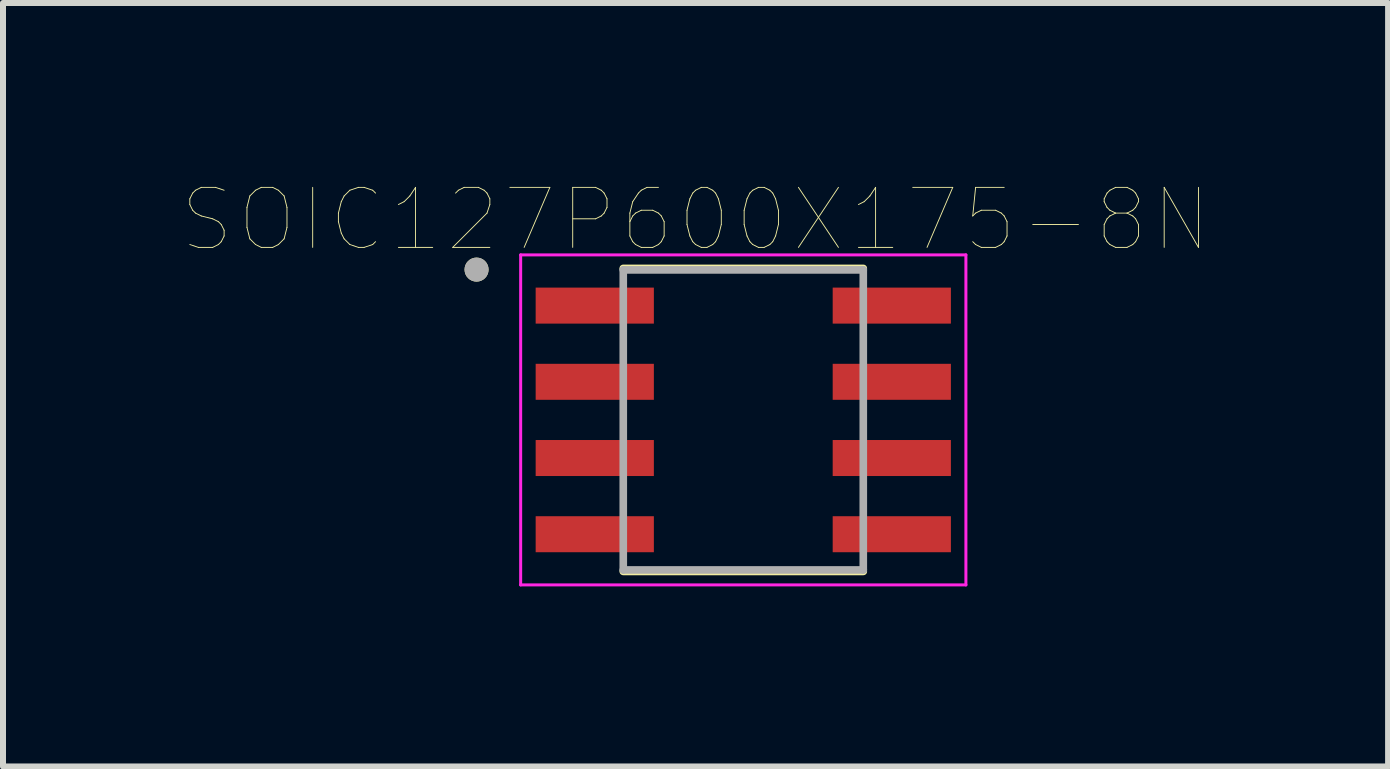
<source format=kicad_pcb>
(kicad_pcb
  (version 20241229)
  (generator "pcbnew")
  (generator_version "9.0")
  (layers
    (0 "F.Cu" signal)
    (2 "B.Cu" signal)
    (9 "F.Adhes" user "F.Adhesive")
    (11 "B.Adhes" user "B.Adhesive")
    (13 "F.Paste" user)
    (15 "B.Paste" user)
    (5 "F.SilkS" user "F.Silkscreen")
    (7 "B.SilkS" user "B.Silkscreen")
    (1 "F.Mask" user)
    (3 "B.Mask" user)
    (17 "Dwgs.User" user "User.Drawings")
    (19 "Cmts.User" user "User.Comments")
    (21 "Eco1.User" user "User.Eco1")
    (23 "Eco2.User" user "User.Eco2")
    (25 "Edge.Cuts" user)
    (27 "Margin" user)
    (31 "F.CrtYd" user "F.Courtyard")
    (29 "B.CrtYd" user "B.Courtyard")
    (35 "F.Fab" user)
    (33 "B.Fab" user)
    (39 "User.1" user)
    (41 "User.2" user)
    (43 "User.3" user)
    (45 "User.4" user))
  (footprint "SOIC127P600X175-8N"
    (layer "F.Cu")
    (at 9.337 3.948)
    (property "Reference" "SOIC127P600X175-8N" (at -0.795 -3.337 0) (layer "F.SilkS") (effects (font (size 1 1) (thickness 0.015))))
    (attr through_hole)
    (fp_line (start -2 -2.525) (end 2 -2.525) (stroke (width 0.127) (type solid)) (layer "F.SilkS"))
    (fp_line (start -2 2.525) (end 2 2.525) (stroke (width 0.127) (type solid)) (layer "F.SilkS"))
    (fp_circle (center -4.445 -2.505) (end -4.345 -2.505) (stroke (width 0.2) (type solid)) (fill no) (layer "F.SilkS"))
    (fp_line (start -3.71 -2.75) (end -3.71 2.75) (stroke (width 0.05) (type solid)) (layer "F.CrtYd"))
    (fp_line (start -3.71 -2.75) (end 3.71 -2.75) (stroke (width 0.05) (type solid)) (layer "F.CrtYd"))
    (fp_line (start -3.71 2.75) (end 3.71 2.75) (stroke (width 0.05) (type solid)) (layer "F.CrtYd"))
    (fp_line (start 3.71 -2.75) (end 3.71 2.75) (stroke (width 0.05) (type solid)) (layer "F.CrtYd"))
    (fp_line (start -2 -2.5) (end -2 2.5) (stroke (width 0.127) (type solid)) (layer "F.Fab"))
    (fp_line (start -2 -2.5) (end 2 -2.5) (stroke (width 0.127) (type solid)) (layer "F.Fab"))
    (fp_line (start -2 2.5) (end 2 2.5) (stroke (width 0.127) (type solid)) (layer "F.Fab"))
    (fp_line (start 2 -2.5) (end 2 2.5) (stroke (width 0.127) (type solid)) (layer "F.Fab"))
    (fp_circle (center -4.445 -2.505) (end -4.345 -2.505) (stroke (width 0.2) (type solid)) (fill no) (layer "F.Fab"))
    (pad "1" smd rect (at -2.475 -1.905) (size 1.97 0.6) (layers "F.Cu" "F.Mask" "F.Paste"))
    (pad "2" smd rect (at -2.475 -0.635) (size 1.97 0.6) (layers "F.Cu" "F.Mask" "F.Paste"))
    (pad "3" smd rect (at -2.475 0.635) (size 1.97 0.6) (layers "F.Cu" "F.Mask" "F.Paste"))
    (pad "4" smd rect (at -2.475 1.905) (size 1.97 0.6) (layers "F.Cu" "F.Mask" "F.Paste"))
    (pad "5" smd rect (at 2.475 1.905) (size 1.97 0.6) (layers "F.Cu" "F.Mask" "F.Paste"))
    (pad "6" smd rect (at 2.475 0.635) (size 1.97 0.6) (layers "F.Cu" "F.Mask" "F.Paste"))
    (pad "7" smd rect (at 2.475 -0.635) (size 1.97 0.6) (layers "F.Cu" "F.Mask" "F.Paste"))
    (pad "8" smd rect (at 2.475 -1.905) (size 1.97 0.6) (layers "F.Cu" "F.Mask" "F.Paste")))
  (gr_rect
    (start -3 -3)
    (end 20.083 9.723)
    (stroke (width 0.1) (type default))
    (fill no)
    (layer "Edge.Cuts")))
</source>
